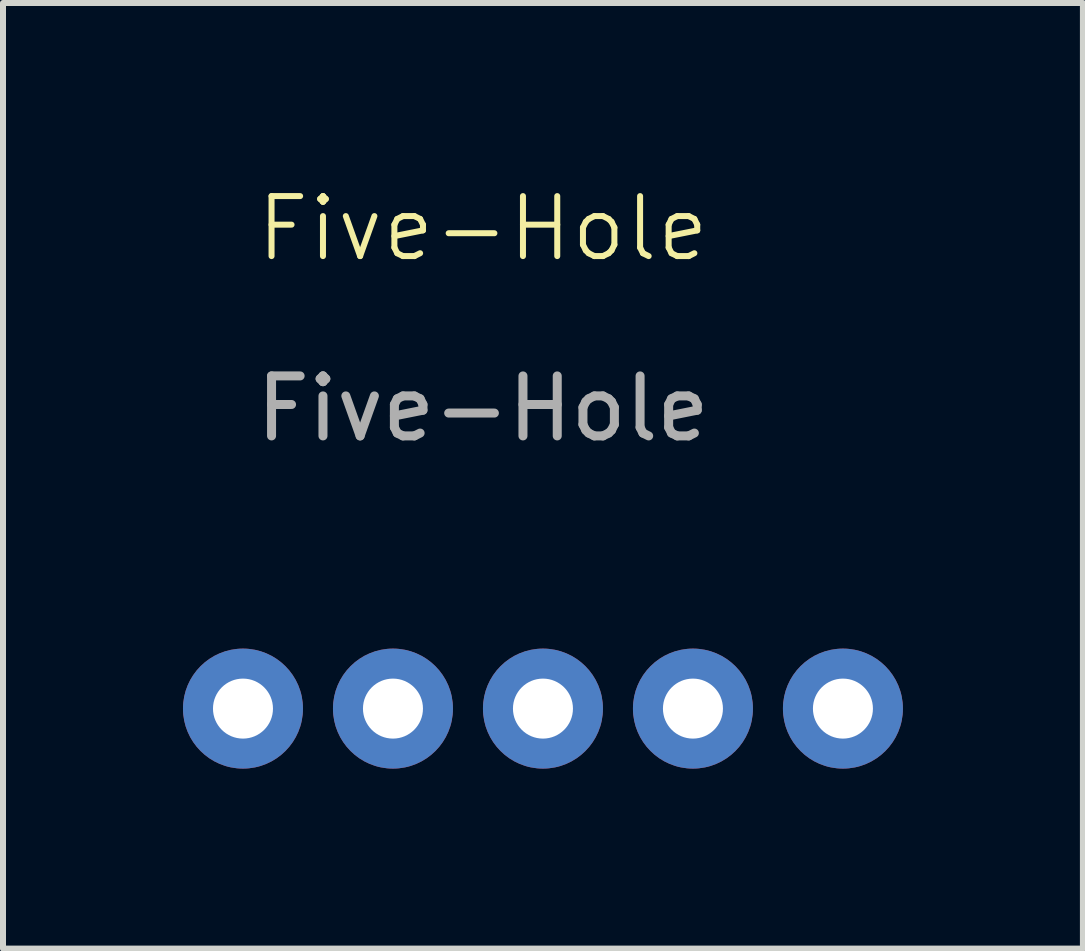
<source format=kicad_pcb>
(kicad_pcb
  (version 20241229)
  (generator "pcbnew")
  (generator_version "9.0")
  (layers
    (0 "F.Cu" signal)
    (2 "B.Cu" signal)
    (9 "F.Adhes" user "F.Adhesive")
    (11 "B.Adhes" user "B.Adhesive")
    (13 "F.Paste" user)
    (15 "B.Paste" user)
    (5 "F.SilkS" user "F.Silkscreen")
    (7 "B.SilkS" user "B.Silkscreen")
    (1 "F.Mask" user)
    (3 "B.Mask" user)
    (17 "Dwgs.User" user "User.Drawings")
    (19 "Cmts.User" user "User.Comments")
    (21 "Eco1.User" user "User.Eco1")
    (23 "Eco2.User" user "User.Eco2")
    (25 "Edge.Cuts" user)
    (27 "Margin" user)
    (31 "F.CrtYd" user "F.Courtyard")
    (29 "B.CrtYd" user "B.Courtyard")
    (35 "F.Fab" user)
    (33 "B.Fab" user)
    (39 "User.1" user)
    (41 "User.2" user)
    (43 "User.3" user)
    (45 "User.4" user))
  (footprint "Five-Hole"
    (layer "F.Cu")
    (at 6 8.761)
    (property "Reference" "Five-Hole" (at -1 -8 0) (unlocked yes) (layer "F.SilkS") (effects (font (size 1 1) (thickness 0.1))))
    (attr through_hole)
    (fp_text user "${REFERENCE}" (at -1 -5 0) (unlocked yes) (layer "F.Fab") (effects (font (size 1 1) (thickness 0.15))))
    (pad "1" thru_hole circle (at -5 0) (size 2 2) (drill 1) (layers "*.Cu" "*.Mask"))
    (pad "2" thru_hole circle (at -2.5 0) (size 2 2) (drill 1) (layers "*.Cu" "*.Mask"))
    (pad "3" thru_hole circle (at 0 0) (size 2 2) (drill 1) (layers "*.Cu" "*.Mask"))
    (pad "4" thru_hole circle (at 2.5 0) (size 2 2) (drill 1) (layers "*.Cu" "*.Mask"))
    (pad "5" thru_hole circle (at 5 0) (size 2 2) (drill 1) (layers "*.Cu" "*.Mask")))
  (gr_rect
    (start -3 -3)
    (end 15 12.761)
    (stroke (width 0.1) (type default))
    (fill no)
    (layer "Edge.Cuts")))
</source>
